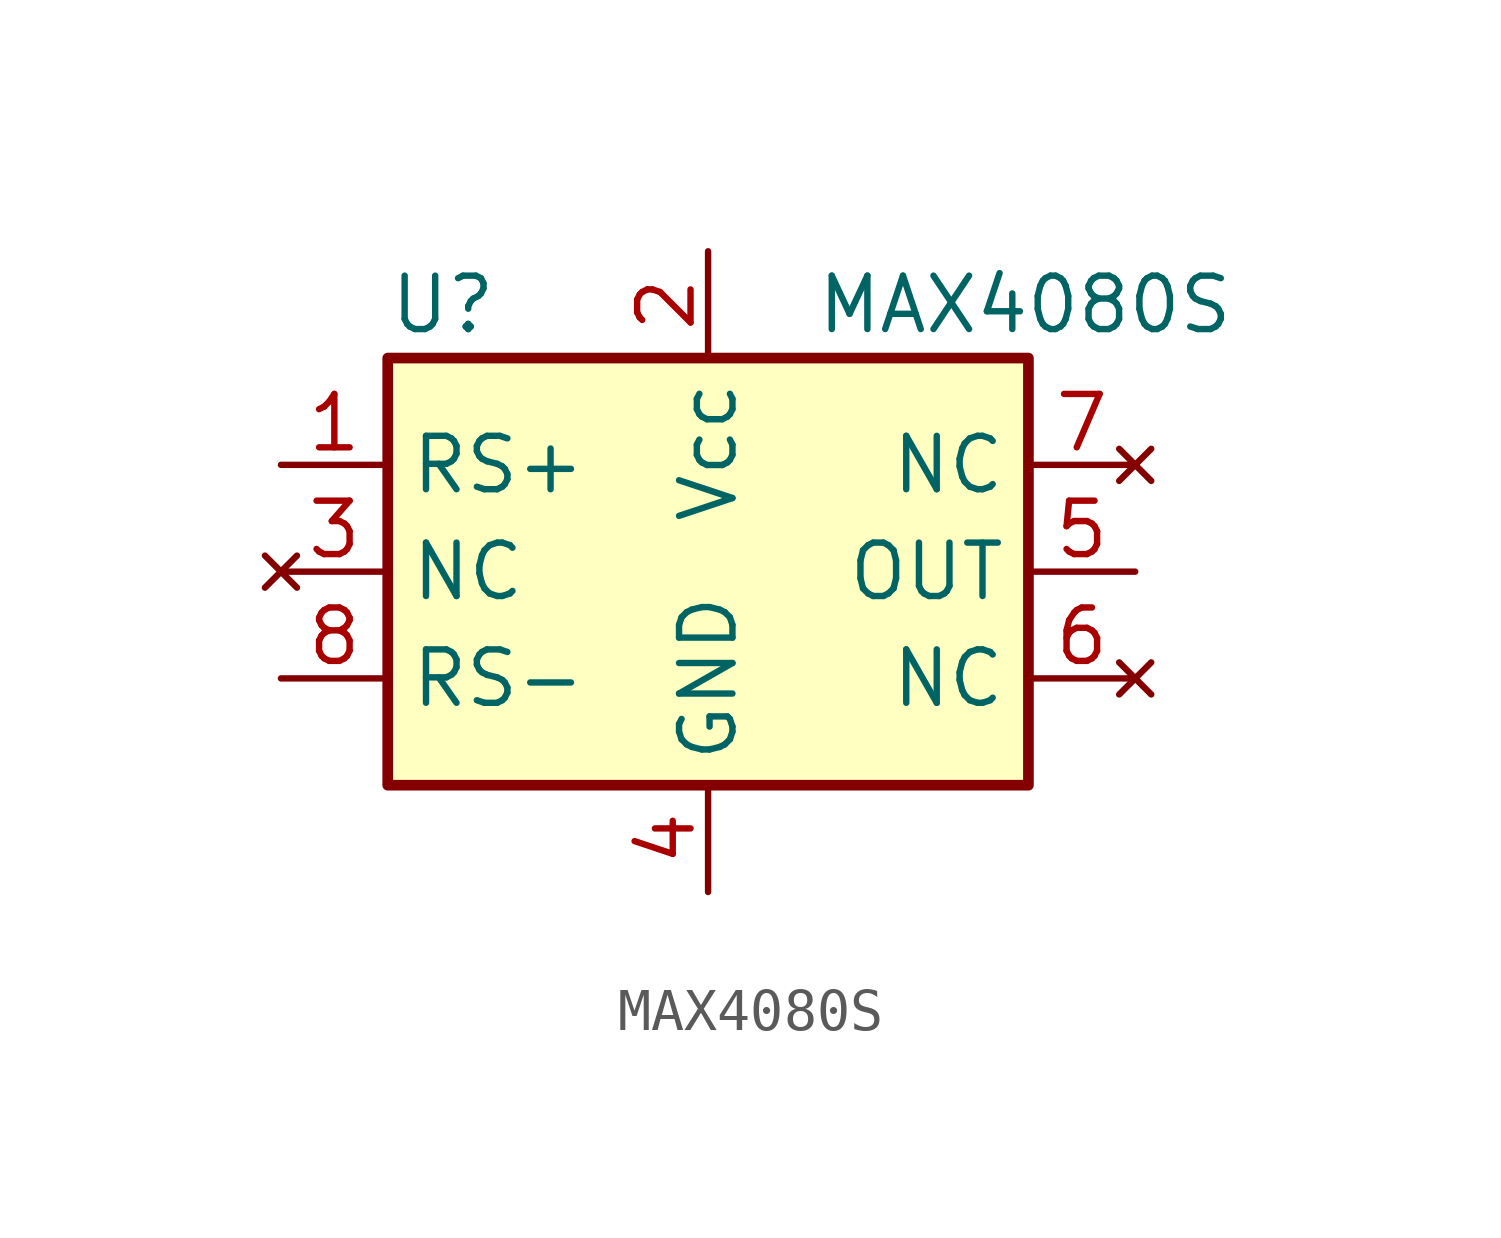
<source format=kicad_sym>
(kicad_symbol_lib
  (version 20231120)
  (generator "kicad_symbol_editor")
  (generator_version "8.0")
  (symbol "MAX4080S"
    (property "Reference" "U"
      (at -7.62 6.35 0)
      (effects (font (size 1.27 1.27)) (justify left)))
    (property "Value" "MAX4080S"
      (at 2.54 6.35 0)
      (effects (font (size 1.27 1.27)) (justify left)))
    (symbol "MAX4080S_0_1"
      (rectangle (start -7.62 5.08) (end 7.62 -5.08) (stroke (width 0.254) (type default)) (fill (type background))))
    (symbol "MAX4080S_1_1"
      (pin passive line (at -10.16 2.54 0) (length 2.54) (name "RS+" (effects (font (size 1.27 1.27)))) (number "1" (effects (font (size 1.27 1.27)))))
      (pin passive line (at 0 7.62 270) (length 2.54) (name "Vcc" (effects (font (size 1.27 1.27)))) (number "2" (effects (font (size 1.27 1.27)))))
      (pin no_connect line (at -10.16 0 0) (length 2.54) (name "NC" (effects (font (size 1.27 1.27)))) (number "3" (effects (font (size 1.27 1.27)))))
      (pin passive line (at 0 -7.62 90) (length 2.54) (name "GND" (effects (font (size 1.27 1.27)))) (number "4" (effects (font (size 1.27 1.27)))))
      (pin passive line (at 10.16 0 180) (length 2.54) (name "OUT" (effects (font (size 1.27 1.27)))) (number "5" (effects (font (size 1.27 1.27)))))
      (pin no_connect line (at 10.16 -2.54 180) (length 2.54) (name "NC" (effects (font (size 1.27 1.27)))) (number "6" (effects (font (size 1.27 1.27)))))
      (pin no_connect line (at 10.16 2.54 180) (length 2.54) (name "NC" (effects (font (size 1.27 1.27)))) (number "7" (effects (font (size 1.27 1.27)))))
      (pin passive line (at -10.16 -2.54 0) (length 2.54) (name "RS-" (effects (font (size 1.27 1.27)))) (number "8" (effects (font (size 1.27 1.27))))))))
</source>
